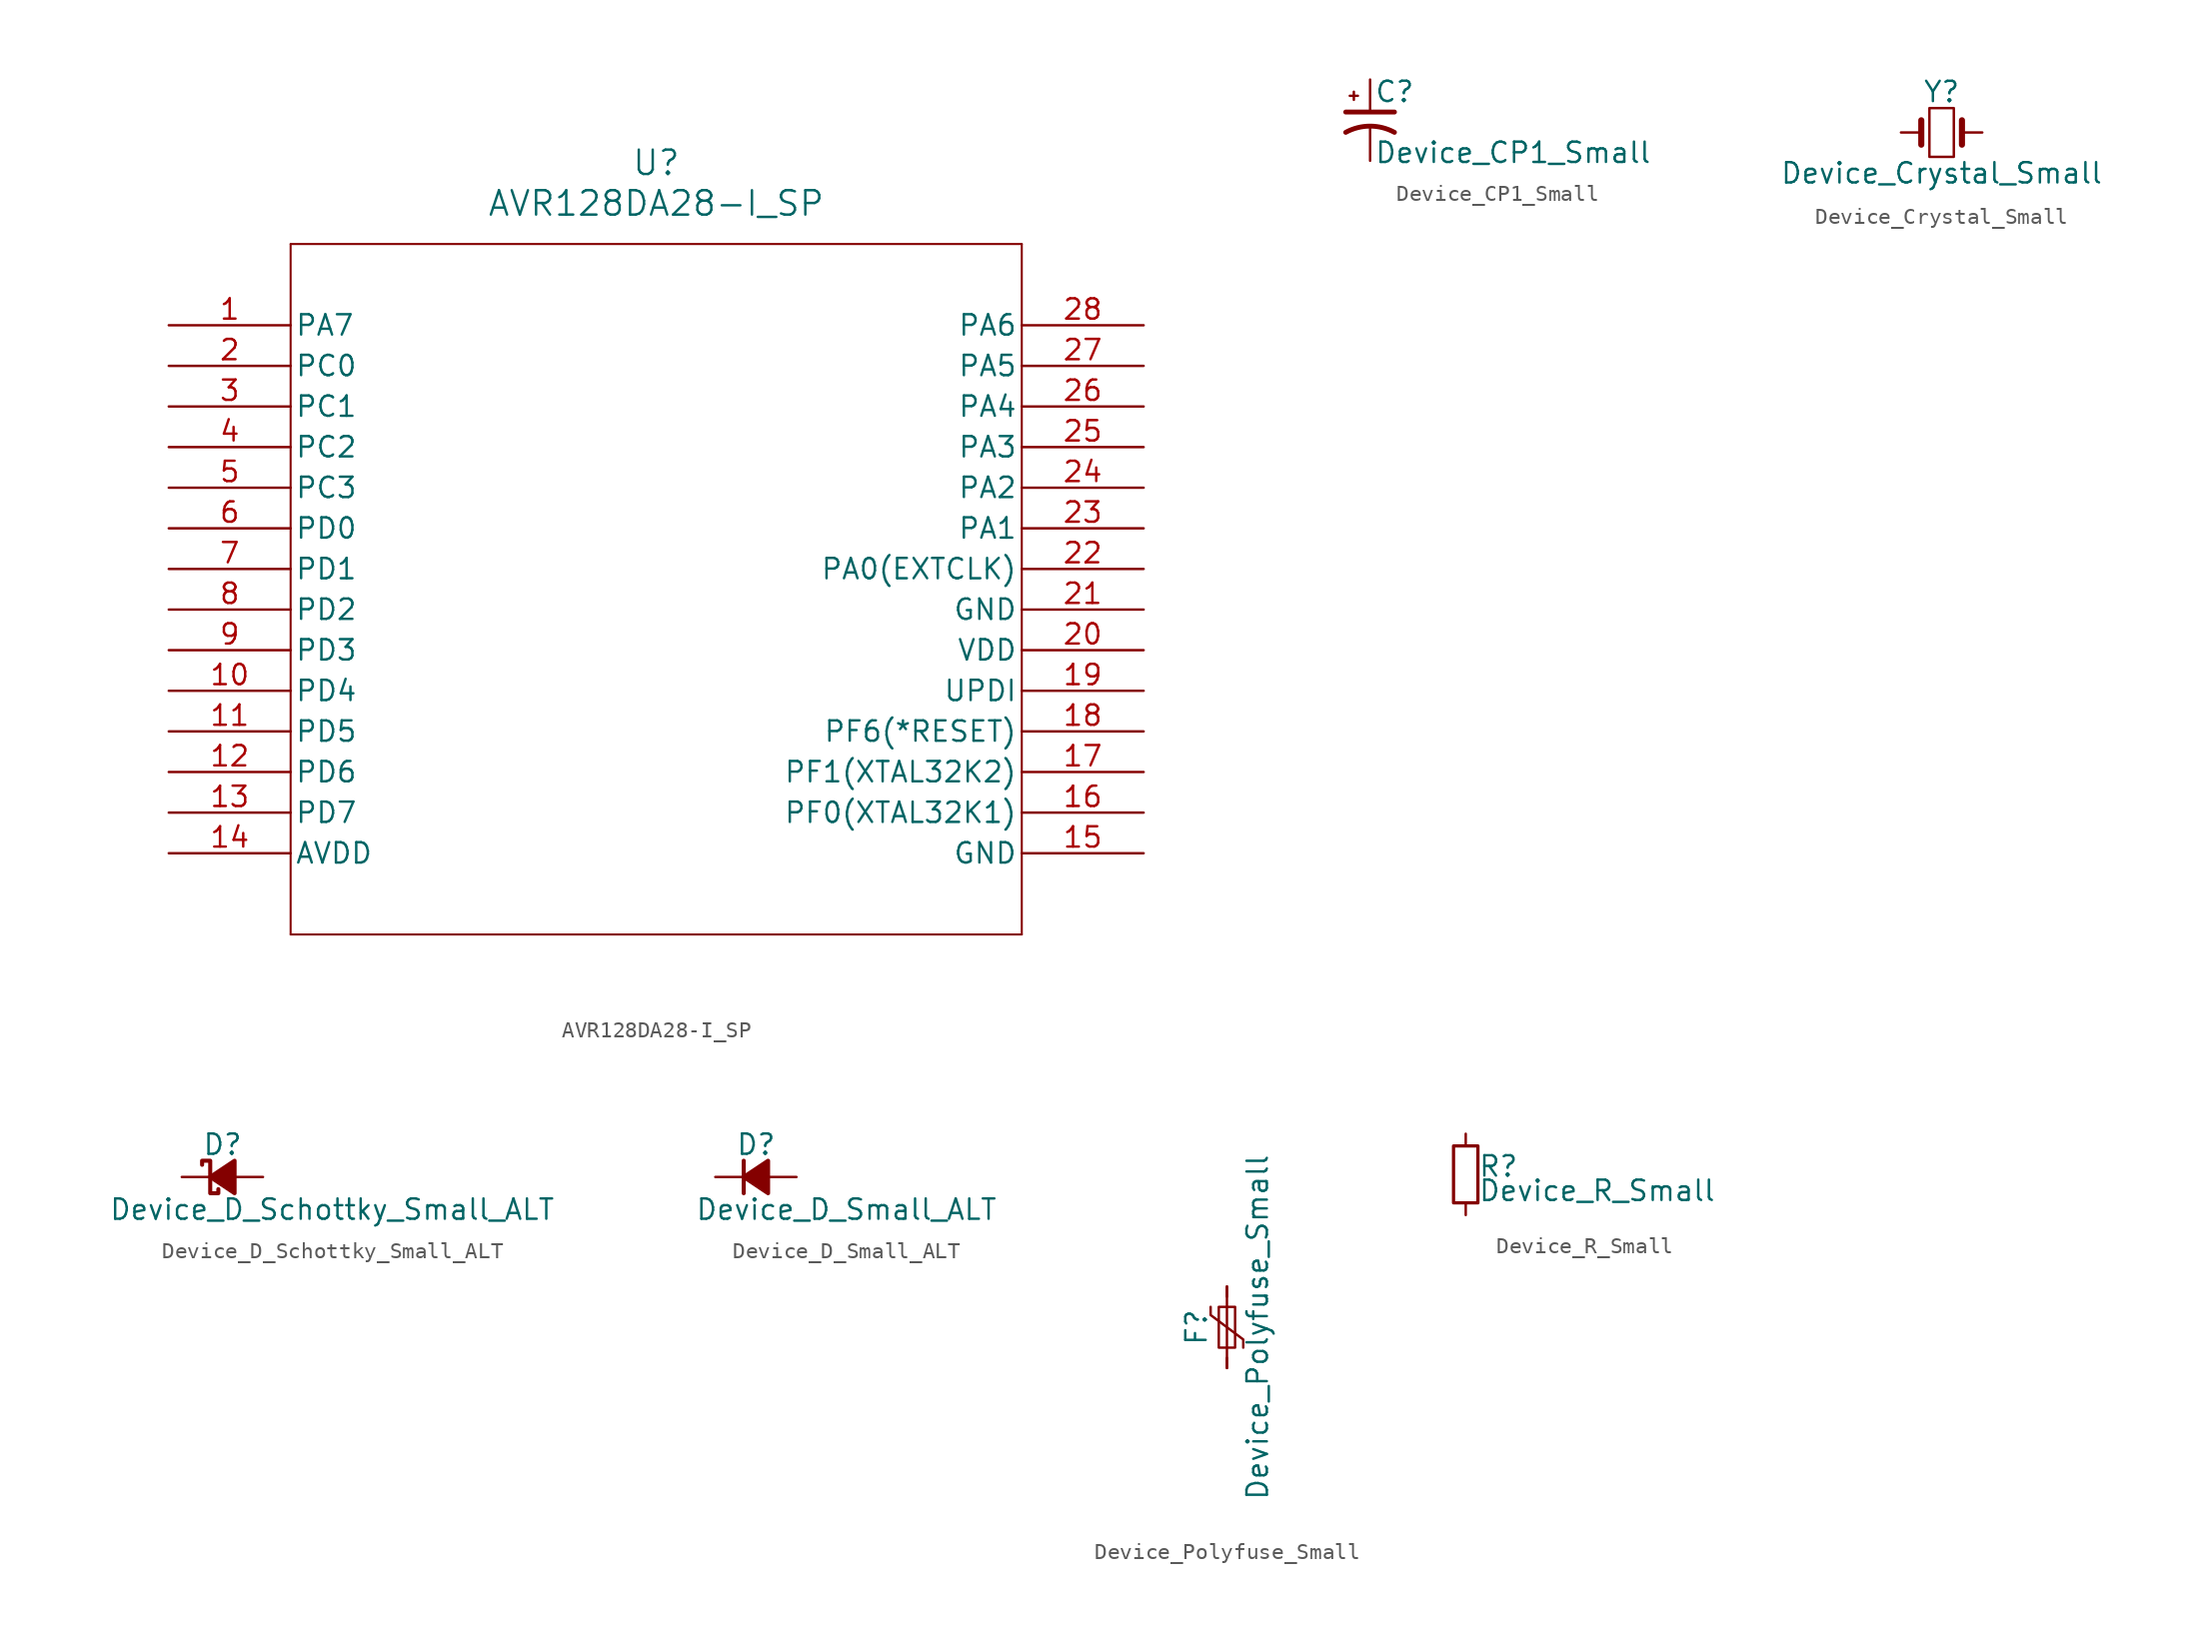
<source format=kicad_sym>
(kicad_symbol_lib
  (version 20211014)
  (generator kicad_symbol_editor)
  (symbol "AVR128DA28-I_SP"
    (pin_names
      (offset 0.254))
    (property "Reference" "U"
      (at 30.48 10.16 0)
      (effects (font (size 1.524 1.524))))
    (property "Value" "AVR128DA28-I_SP"
      (at 30.48 7.62 0)
      (effects (font (size 1.524 1.524))))
    (property "ki_locked" ""
      (at 0 0 0)
      (effects (font (size 1.27 1.27))))
    (symbol "AVR128DA28-I_SP_0_1"
      (polyline (pts (xy 7.62 -38.1) (xy 53.34 -38.1)) (stroke (width 0.127) (type default) (color 0 0 0 0)) (fill (type none)))
      (polyline (pts (xy 7.62 5.08) (xy 7.62 -38.1)) (stroke (width 0.127) (type default) (color 0 0 0 0)) (fill (type none)))
      (polyline (pts (xy 53.34 -38.1) (xy 53.34 5.08)) (stroke (width 0.127) (type default) (color 0 0 0 0)) (fill (type none)))
      (polyline (pts (xy 53.34 5.08) (xy 7.62 5.08)) (stroke (width 0.127) (type default) (color 0 0 0 0)) (fill (type none)))
      (pin bidirectional line (at 0 0 0) (length 7.62) (name "PA7" (effects (font (size 1.27 1.27)))) (number "1" (effects (font (size 1.27 1.27)))))
      (pin bidirectional line (at 0 -22.86 0) (length 7.62) (name "PD4" (effects (font (size 1.27 1.27)))) (number "10" (effects (font (size 1.27 1.27)))))
      (pin bidirectional line (at 0 -25.4 0) (length 7.62) (name "PD5" (effects (font (size 1.27 1.27)))) (number "11" (effects (font (size 1.27 1.27)))))
      (pin bidirectional line (at 0 -27.94 0) (length 7.62) (name "PD6" (effects (font (size 1.27 1.27)))) (number "12" (effects (font (size 1.27 1.27)))))
      (pin bidirectional line (at 0 -30.48 0) (length 7.62) (name "PD7" (effects (font (size 1.27 1.27)))) (number "13" (effects (font (size 1.27 1.27)))))
      (pin power_in line (at 0 -33.02 0) (length 7.62) (name "AVDD" (effects (font (size 1.27 1.27)))) (number "14" (effects (font (size 1.27 1.27)))))
      (pin power_out line (at 60.96 -33.02 180) (length 7.62) (name "GND" (effects (font (size 1.27 1.27)))) (number "15" (effects (font (size 1.27 1.27)))))
      (pin bidirectional line (at 60.96 -30.48 180) (length 7.62) (name "PF0(XTAL32K1)" (effects (font (size 1.27 1.27)))) (number "16" (effects (font (size 1.27 1.27)))))
      (pin bidirectional line (at 60.96 -27.94 180) (length 7.62) (name "PF1(XTAL32K2)" (effects (font (size 1.27 1.27)))) (number "17" (effects (font (size 1.27 1.27)))))
      (pin bidirectional line (at 60.96 -25.4 180) (length 7.62) (name "PF6(*RESET)" (effects (font (size 1.27 1.27)))) (number "18" (effects (font (size 1.27 1.27)))))
      (pin bidirectional line (at 60.96 -22.86 180) (length 7.62) (name "UPDI" (effects (font (size 1.27 1.27)))) (number "19" (effects (font (size 1.27 1.27)))))
      (pin bidirectional line (at 0 -2.54 0) (length 7.62) (name "PC0" (effects (font (size 1.27 1.27)))) (number "2" (effects (font (size 1.27 1.27)))))
      (pin power_in line (at 60.96 -20.32 180) (length 7.62) (name "VDD" (effects (font (size 1.27 1.27)))) (number "20" (effects (font (size 1.27 1.27)))))
      (pin power_out line (at 60.96 -17.78 180) (length 7.62) (name "GND" (effects (font (size 1.27 1.27)))) (number "21" (effects (font (size 1.27 1.27)))))
      (pin bidirectional line (at 60.96 -15.24 180) (length 7.62) (name "PA0(EXTCLK)" (effects (font (size 1.27 1.27)))) (number "22" (effects (font (size 1.27 1.27)))))
      (pin bidirectional line (at 60.96 -12.7 180) (length 7.62) (name "PA1" (effects (font (size 1.27 1.27)))) (number "23" (effects (font (size 1.27 1.27)))))
      (pin bidirectional line (at 60.96 -10.16 180) (length 7.62) (name "PA2" (effects (font (size 1.27 1.27)))) (number "24" (effects (font (size 1.27 1.27)))))
      (pin bidirectional line (at 60.96 -7.62 180) (length 7.62) (name "PA3" (effects (font (size 1.27 1.27)))) (number "25" (effects (font (size 1.27 1.27)))))
      (pin bidirectional line (at 60.96 -5.08 180) (length 7.62) (name "PA4" (effects (font (size 1.27 1.27)))) (number "26" (effects (font (size 1.27 1.27)))))
      (pin bidirectional line (at 60.96 -2.54 180) (length 7.62) (name "PA5" (effects (font (size 1.27 1.27)))) (number "27" (effects (font (size 1.27 1.27)))))
      (pin bidirectional line (at 60.96 0 180) (length 7.62) (name "PA6" (effects (font (size 1.27 1.27)))) (number "28" (effects (font (size 1.27 1.27)))))
      (pin bidirectional line (at 0 -5.08 0) (length 7.62) (name "PC1" (effects (font (size 1.27 1.27)))) (number "3" (effects (font (size 1.27 1.27)))))
      (pin bidirectional line (at 0 -7.62 0) (length 7.62) (name "PC2" (effects (font (size 1.27 1.27)))) (number "4" (effects (font (size 1.27 1.27)))))
      (pin bidirectional line (at 0 -10.16 0) (length 7.62) (name "PC3" (effects (font (size 1.27 1.27)))) (number "5" (effects (font (size 1.27 1.27)))))
      (pin bidirectional line (at 0 -12.7 0) (length 7.62) (name "PD0" (effects (font (size 1.27 1.27)))) (number "6" (effects (font (size 1.27 1.27)))))
      (pin bidirectional line (at 0 -15.24 0) (length 7.62) (name "PD1" (effects (font (size 1.27 1.27)))) (number "7" (effects (font (size 1.27 1.27)))))
      (pin bidirectional line (at 0 -17.78 0) (length 7.62) (name "PD2" (effects (font (size 1.27 1.27)))) (number "8" (effects (font (size 1.27 1.27)))))
      (pin bidirectional line (at 0 -20.32 0) (length 7.62) (name "PD3" (effects (font (size 1.27 1.27)))) (number "9" (effects (font (size 1.27 1.27)))))))
  (symbol "Device_CP1_Small"
    (pin_numbers hide)
    (pin_names
      (offset 0.254) hide)
    (property "Reference" "C"
      (at 0.254 1.778 0)
      (effects (font (size 1.27 1.27)) (justify left)))
    (property "Value" "Device_CP1_Small"
      (at 0.254 -2.032 0)
      (effects (font (size 1.27 1.27)) (justify left)))
    (symbol "Device_CP1_Small_0_1"
      (polyline (pts (xy -1.524 0.508) (xy 1.524 0.508)) (stroke (width 0.305) (type default) (color 0 0 0 0)) (fill (type none)))
      (polyline (pts (xy -1.27 1.524) (xy -0.762 1.524)) (stroke (width 0) (type default) (color 0 0 0 0)) (fill (type none)))
      (polyline (pts (xy -1.016 1.27) (xy -1.016 1.778)) (stroke (width 0) (type default) (color 0 0 0 0)) (fill (type none)))
      (arc (start 1.524 -0.762) (mid 0 -0.3734) (end -1.524 -0.762) (stroke (width 0.3048) (type default) (color 0 0 0 0)) (fill (type none))))
    (symbol "Device_CP1_Small_1_1"
      (pin passive line (at 0 2.54 270) (length 2.032) (name "~" (effects (font (size 1.27 1.27)))) (number "1" (effects (font (size 1.27 1.27)))))
      (pin passive line (at 0 -2.54 90) (length 2.032) (name "~" (effects (font (size 1.27 1.27)))) (number "2" (effects (font (size 1.27 1.27)))))))
  (symbol "Device_Crystal_Small"
    (pin_numbers hide)
    (pin_names
      (offset 1.016) hide)
    (property "Reference" "Y"
      (at 0 2.54 0)
      (effects (font (size 1.27 1.27))))
    (property "Value" "Device_Crystal_Small"
      (at 0 -2.54 0)
      (effects (font (size 1.27 1.27))))
    (symbol "Device_Crystal_Small_0_1"
      (rectangle (start -0.762 -1.524) (end 0.762 1.524) (stroke (width 0) (type default) (color 0 0 0 0)) (fill (type none)))
      (polyline (pts (xy -1.27 -0.762) (xy -1.27 0.762)) (stroke (width 0.381) (type default) (color 0 0 0 0)) (fill (type none)))
      (polyline (pts (xy 1.27 -0.762) (xy 1.27 0.762)) (stroke (width 0.381) (type default) (color 0 0 0 0)) (fill (type none))))
    (symbol "Device_Crystal_Small_1_1"
      (pin passive line (at -2.54 0 0) (length 1.27) (name "1" (effects (font (size 1.27 1.27)))) (number "1" (effects (font (size 1.27 1.27)))))
      (pin passive line (at 2.54 0 180) (length 1.27) (name "2" (effects (font (size 1.27 1.27)))) (number "2" (effects (font (size 1.27 1.27)))))))
  (symbol "Device_D_Schottky_Small_ALT"
    (pin_numbers hide)
    (pin_names
      (offset 0.254) hide)
    (property "Reference" "D"
      (at -1.27 2.032 0)
      (effects (font (size 1.27 1.27)) (justify left)))
    (property "Value" "Device_D_Schottky_Small_ALT"
      (at -7.112 -2.032 0)
      (effects (font (size 1.27 1.27)) (justify left)))
    (symbol "Device_D_Schottky_Small_ALT_0_1"
      (polyline (pts (xy -0.762 0) (xy 0.762 0)) (stroke (width 0) (type default) (color 0 0 0 0)) (fill (type none)))
      (polyline (pts (xy 0.762 -1.016) (xy -0.762 0) (xy 0.762 1.016) (xy 0.762 -1.016)) (stroke (width 0.254) (type default) (color 0 0 0 0)) (fill (type outline)))
      (polyline (pts (xy -1.27 0.762) (xy -1.27 1.016) (xy -0.762 1.016) (xy -0.762 -1.016) (xy -0.254 -1.016) (xy -0.254 -0.762)) (stroke (width 0.254) (type default) (color 0 0 0 0)) (fill (type none))))
    (symbol "Device_D_Schottky_Small_ALT_1_1"
      (pin passive line (at -2.54 0 0) (length 1.778) (name "K" (effects (font (size 1.27 1.27)))) (number "1" (effects (font (size 1.27 1.27)))))
      (pin passive line (at 2.54 0 180) (length 1.778) (name "A" (effects (font (size 1.27 1.27)))) (number "2" (effects (font (size 1.27 1.27)))))))
  (symbol "Device_D_Small_ALT"
    (pin_numbers hide)
    (pin_names
      (offset 0.254) hide)
    (property "Reference" "D"
      (at -1.27 2.032 0)
      (effects (font (size 1.27 1.27)) (justify left)))
    (property "Value" "Device_D_Small_ALT"
      (at -3.81 -2.032 0)
      (effects (font (size 1.27 1.27)) (justify left)))
    (symbol "Device_D_Small_ALT_0_1"
      (polyline (pts (xy -0.762 -1.016) (xy -0.762 1.016)) (stroke (width 0.254) (type default) (color 0 0 0 0)) (fill (type none)))
      (polyline (pts (xy -0.762 0) (xy 0.762 0)) (stroke (width 0) (type default) (color 0 0 0 0)) (fill (type none)))
      (polyline (pts (xy 0.762 -1.016) (xy -0.762 0) (xy 0.762 1.016) (xy 0.762 -1.016)) (stroke (width 0.254) (type default) (color 0 0 0 0)) (fill (type outline))))
    (symbol "Device_D_Small_ALT_1_1"
      (pin passive line (at -2.54 0 0) (length 1.778) (name "K" (effects (font (size 1.27 1.27)))) (number "1" (effects (font (size 1.27 1.27)))))
      (pin passive line (at 2.54 0 180) (length 1.778) (name "A" (effects (font (size 1.27 1.27)))) (number "2" (effects (font (size 1.27 1.27)))))))
  (symbol "Device_Polyfuse_Small"
    (pin_numbers hide)
    (pin_names
      (offset 0))
    (property "Reference" "F"
      (at -1.905 0 90)
      (effects (font (size 1.27 1.27))))
    (property "Value" "Device_Polyfuse_Small"
      (at 1.905 0 90)
      (effects (font (size 1.27 1.27))))
    (symbol "Device_Polyfuse_Small_0_1"
      (rectangle (start -0.508 1.27) (end 0.508 -1.27) (stroke (width 0) (type default) (color 0 0 0 0)) (fill (type none)))
      (polyline (pts (xy 0 2.54) (xy 0 -2.54)) (stroke (width 0) (type default) (color 0 0 0 0)) (fill (type none)))
      (polyline (pts (xy -1.016 1.27) (xy -1.016 0.762) (xy 1.016 -0.762) (xy 1.016 -1.27)) (stroke (width 0) (type default) (color 0 0 0 0)) (fill (type none))))
    (symbol "Device_Polyfuse_Small_1_1"
      (pin passive line (at 0 2.54 270) (length 0.635) (name "~" (effects (font (size 1.27 1.27)))) (number "1" (effects (font (size 1.27 1.27)))))
      (pin passive line (at 0 -2.54 90) (length 0.635) (name "~" (effects (font (size 1.27 1.27)))) (number "2" (effects (font (size 1.27 1.27)))))))
  (symbol "Device_R_Small"
    (pin_numbers hide)
    (pin_names
      (offset 0.254) hide)
    (property "Reference" "R"
      (at 0.762 0.508 0)
      (effects (font (size 1.27 1.27)) (justify left)))
    (property "Value" "Device_R_Small"
      (at 0.762 -1.016 0)
      (effects (font (size 1.27 1.27)) (justify left)))
    (symbol "Device_R_Small_0_1"
      (rectangle (start -0.762 1.778) (end 0.762 -1.778) (stroke (width 0.203) (type default) (color 0 0 0 0)) (fill (type none))))
    (symbol "Device_R_Small_1_1"
      (pin passive line (at 0 2.54 270) (length 0.762) (name "~" (effects (font (size 1.27 1.27)))) (number "1" (effects (font (size 1.27 1.27)))))
      (pin passive line (at 0 -2.54 90) (length 0.762) (name "~" (effects (font (size 1.27 1.27)))) (number "2" (effects (font (size 1.27 1.27))))))))
</source>
